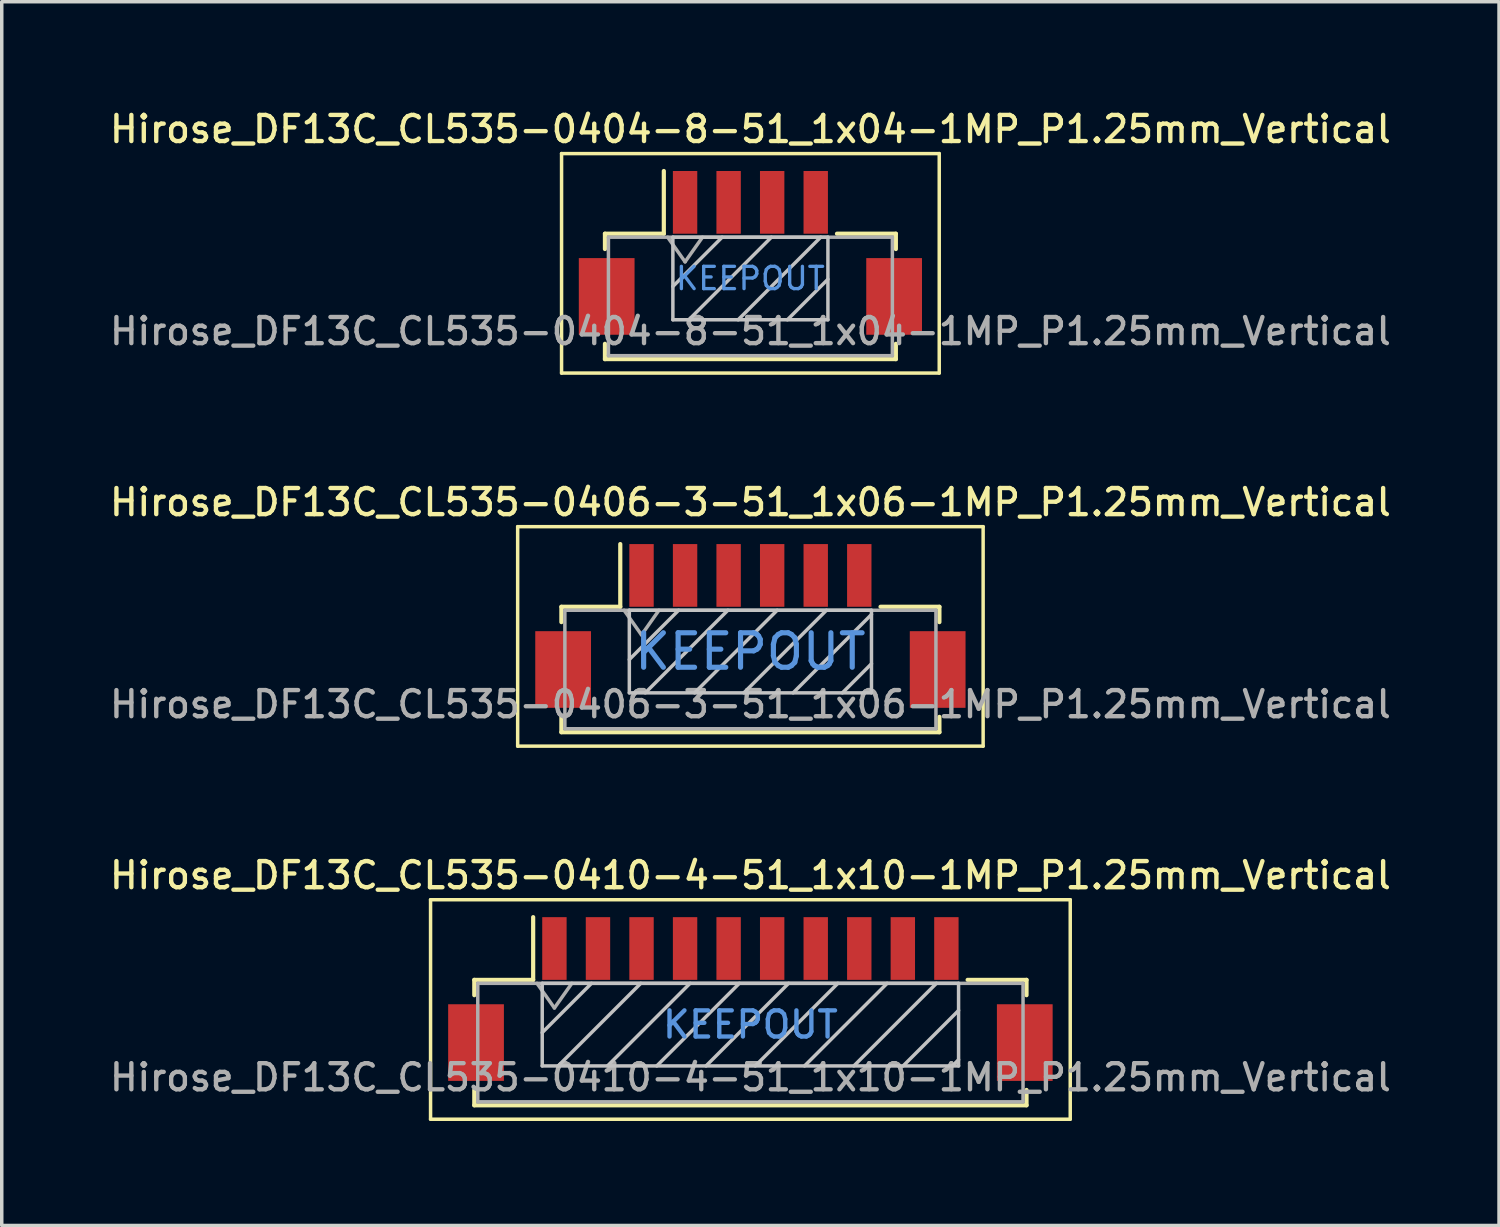
<source format=kicad_pcb>
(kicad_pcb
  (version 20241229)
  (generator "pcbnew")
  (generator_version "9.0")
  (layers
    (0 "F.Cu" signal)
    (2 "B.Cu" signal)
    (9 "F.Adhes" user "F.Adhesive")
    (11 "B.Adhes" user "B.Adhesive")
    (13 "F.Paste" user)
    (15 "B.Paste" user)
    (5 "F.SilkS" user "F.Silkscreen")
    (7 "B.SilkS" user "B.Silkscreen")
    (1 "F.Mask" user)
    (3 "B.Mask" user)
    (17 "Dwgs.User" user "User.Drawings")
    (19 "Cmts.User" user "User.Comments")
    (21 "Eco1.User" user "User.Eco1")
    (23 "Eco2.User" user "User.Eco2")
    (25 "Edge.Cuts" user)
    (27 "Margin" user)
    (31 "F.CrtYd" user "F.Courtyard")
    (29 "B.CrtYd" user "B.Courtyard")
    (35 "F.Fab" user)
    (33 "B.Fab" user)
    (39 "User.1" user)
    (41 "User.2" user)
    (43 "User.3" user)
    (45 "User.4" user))
  (footprint "Hirose_DF13C_CL535-0410-4-51_1x10-1MP_P1.25mm_Vertical"
    (layer "F.Cu")
    (at 18.488 25.624)
    (property "Reference" "Hirose_DF13C_CL535-0410-4-51_1x10-1MP_P1.25mm_Vertical" (at 0 -3.55 0) (layer "F.SilkS") (effects (font (size 0.75 0.75) (thickness 0.125))))
    (attr smd)
    (fp_line (start -9.18 -2.85) (end -9.18 3.45) (stroke (width 0.1) (type solid)) (layer "F.SilkS"))
    (fp_line (start -9.18 3.45) (end 9.18 3.45) (stroke (width 0.1) (type solid)) (layer "F.SilkS"))
    (fp_line (start -7.925 -0.55) (end -7.925 -0.11) (stroke (width 0.12) (type solid)) (layer "F.SilkS"))
    (fp_line (start -7.925 2.61) (end -7.925 3.05) (stroke (width 0.12) (type solid)) (layer "F.SilkS"))
    (fp_line (start -7.925 3.05) (end 7.925 3.05) (stroke (width 0.12) (type solid)) (layer "F.SilkS"))
    (fp_line (start -6.235 -0.55) (end -7.925 -0.55) (stroke (width 0.12) (type solid)) (layer "F.SilkS"))
    (fp_line (start -6.235 -0.55) (end -6.235 -2.35) (stroke (width 0.12) (type solid)) (layer "F.SilkS"))
    (fp_line (start 6.235 -0.55) (end 7.925 -0.55) (stroke (width 0.12) (type solid)) (layer "F.SilkS"))
    (fp_line (start 7.925 -0.55) (end 7.925 -0.11) (stroke (width 0.12) (type solid)) (layer "F.SilkS"))
    (fp_line (start 7.925 3.05) (end 7.925 2.61) (stroke (width 0.12) (type solid)) (layer "F.SilkS"))
    (fp_line (start 9.18 -2.85) (end -9.18 -2.85) (stroke (width 0.1) (type solid)) (layer "F.SilkS"))
    (fp_line (start 9.18 3.45) (end 9.18 -2.85) (stroke (width 0.1) (type solid)) (layer "F.SilkS"))
    (fp_line (start -5.975 -0.45) (end -5.975 1.92) (stroke (width 0.1) (type solid)) (layer "Dwgs.User"))
    (fp_line (start -5.975 1.92) (end 5.975 1.92) (stroke (width 0.1) (type solid)) (layer "Dwgs.User"))
    (fp_line (start -4.561 -0.45) (end -5.975 0.964) (stroke (width 0.1) (type solid)) (layer "Dwgs.User"))
    (fp_line (start -3.147 -0.45) (end -5.517 1.92) (stroke (width 0.1) (type solid)) (layer "Dwgs.User"))
    (fp_line (start -1.732 -0.45) (end -4.102 1.92) (stroke (width 0.1) (type solid)) (layer "Dwgs.User"))
    (fp_line (start -0.318 -0.45) (end -2.688 1.92) (stroke (width 0.1) (type solid)) (layer "Dwgs.User"))
    (fp_line (start 1.096 -0.45) (end -1.274 1.92) (stroke (width 0.1) (type solid)) (layer "Dwgs.User"))
    (fp_line (start 2.51 -0.45) (end 0.14 1.92) (stroke (width 0.1) (type solid)) (layer "Dwgs.User"))
    (fp_line (start 3.924 -0.45) (end 1.554 1.92) (stroke (width 0.1) (type solid)) (layer "Dwgs.User"))
    (fp_line (start 5.339 -0.45) (end 2.969 1.92) (stroke (width 0.1) (type solid)) (layer "Dwgs.User"))
    (fp_line (start 5.975 -0.45) (end -5.975 -0.45) (stroke (width 0.1) (type solid)) (layer "Dwgs.User"))
    (fp_line (start 5.975 0.328) (end 4.383 1.92) (stroke (width 0.1) (type solid)) (layer "Dwgs.User"))
    (fp_line (start 5.975 1.742) (end 5.797 1.92) (stroke (width 0.1) (type solid)) (layer "Dwgs.User"))
    (fp_line (start 5.975 1.92) (end 5.975 -0.45) (stroke (width 0.1) (type solid)) (layer "Dwgs.User"))
    (fp_line (start -7.825 -0.45) (end -7.825 2.95) (stroke (width 0.1) (type solid)) (layer "F.Fab"))
    (fp_line (start -7.825 2.95) (end 7.825 2.95) (stroke (width 0.1) (type solid)) (layer "F.Fab"))
    (fp_line (start -6.125 -0.45) (end -5.625 0.257) (stroke (width 0.1) (type solid)) (layer "F.Fab"))
    (fp_line (start -5.625 0.257) (end -5.125 -0.45) (stroke (width 0.1) (type solid)) (layer "F.Fab"))
    (fp_line (start 7.825 -0.45) (end -7.825 -0.45) (stroke (width 0.1) (type solid)) (layer "F.Fab"))
    (fp_line (start 7.825 2.95) (end 7.825 -0.45) (stroke (width 0.1) (type solid)) (layer "F.Fab"))
    (fp_text user "KEEPOUT" (at 0 0.735 0) (layer "Cmts.User") (effects (font (size 0.75 0.75) (thickness 0.125))))
    (fp_text user "${REFERENCE}" (at 0 2.25 0) (layer "F.Fab") (effects (font (size 0.75 0.75) (thickness 0.125))))
    (pad "1" smd rect (at -5.625 -1.45) (size 0.7 1.8) (layers "F.Cu" "F.Mask" "F.Paste"))
    (pad "2" smd rect (at -4.375 -1.45) (size 0.7 1.8) (layers "F.Cu" "F.Mask" "F.Paste"))
    (pad "3" smd rect (at -3.125 -1.45) (size 0.7 1.8) (layers "F.Cu" "F.Mask" "F.Paste"))
    (pad "4" smd rect (at -1.875 -1.45) (size 0.7 1.8) (layers "F.Cu" "F.Mask" "F.Paste"))
    (pad "5" smd rect (at -0.625 -1.45) (size 0.7 1.8) (layers "F.Cu" "F.Mask" "F.Paste"))
    (pad "6" smd rect (at 0.625 -1.45) (size 0.7 1.8) (layers "F.Cu" "F.Mask" "F.Paste"))
    (pad "7" smd rect (at 1.875 -1.45) (size 0.7 1.8) (layers "F.Cu" "F.Mask" "F.Paste"))
    (pad "8" smd rect (at 3.125 -1.45) (size 0.7 1.8) (layers "F.Cu" "F.Mask" "F.Paste"))
    (pad "9" smd rect (at 4.375 -1.45) (size 0.7 1.8) (layers "F.Cu" "F.Mask" "F.Paste"))
    (pad "10" smd rect (at 5.625 -1.45) (size 0.7 1.8) (layers "F.Cu" "F.Mask" "F.Paste"))
    (pad "MP" smd rect (at -7.875 1.25) (size 1.6 2.2) (layers "F.Cu" "F.Mask" "F.Paste"))
    (pad "MP" smd rect (at 7.875 1.25) (size 1.6 2.2) (layers "F.Cu" "F.Mask" "F.Paste")))
  (footprint "Hirose_DF13C_CL535-0404-8-51_1x04-1MP_P1.25mm_Vertical"
    (layer "F.Cu")
    (at 18.488 4.208)
    (property "Reference" "Hirose_DF13C_CL535-0404-8-51_1x04-1MP_P1.25mm_Vertical" (at 0 -3.55 0) (layer "F.SilkS") (effects (font (size 0.75 0.75) (thickness 0.125))))
    (attr smd)
    (fp_line (start -5.42 -2.85) (end -5.42 3.45) (stroke (width 0.1) (type solid)) (layer "F.SilkS"))
    (fp_line (start -5.42 3.45) (end 5.42 3.45) (stroke (width 0.1) (type solid)) (layer "F.SilkS"))
    (fp_line (start -4.175 -0.55) (end -4.175 -0.11) (stroke (width 0.12) (type solid)) (layer "F.SilkS"))
    (fp_line (start -4.175 2.61) (end -4.175 3.05) (stroke (width 0.12) (type solid)) (layer "F.SilkS"))
    (fp_line (start -4.175 3.05) (end 4.175 3.05) (stroke (width 0.12) (type solid)) (layer "F.SilkS"))
    (fp_line (start -2.485 -0.55) (end -4.175 -0.55) (stroke (width 0.12) (type solid)) (layer "F.SilkS"))
    (fp_line (start -2.485 -0.55) (end -2.485 -2.35) (stroke (width 0.12) (type solid)) (layer "F.SilkS"))
    (fp_line (start 2.485 -0.55) (end 4.175 -0.55) (stroke (width 0.12) (type solid)) (layer "F.SilkS"))
    (fp_line (start 4.175 -0.55) (end 4.175 -0.11) (stroke (width 0.12) (type solid)) (layer "F.SilkS"))
    (fp_line (start 4.175 3.05) (end 4.175 2.61) (stroke (width 0.12) (type solid)) (layer "F.SilkS"))
    (fp_line (start 5.42 -2.85) (end -5.42 -2.85) (stroke (width 0.1) (type solid)) (layer "F.SilkS"))
    (fp_line (start 5.42 3.45) (end 5.42 -2.85) (stroke (width 0.1) (type solid)) (layer "F.SilkS"))
    (fp_line (start -2.225 -0.45) (end -2.225 1.92) (stroke (width 0.1) (type solid)) (layer "Dwgs.User"))
    (fp_line (start -2.225 1.92) (end 2.225 1.92) (stroke (width 0.1) (type solid)) (layer "Dwgs.User"))
    (fp_line (start -0.811 -0.45) (end -2.225 0.964) (stroke (width 0.1) (type solid)) (layer "Dwgs.User"))
    (fp_line (start 0.603 -0.45) (end -1.767 1.92) (stroke (width 0.1) (type solid)) (layer "Dwgs.User"))
    (fp_line (start 2.018 -0.45) (end -0.352 1.92) (stroke (width 0.1) (type solid)) (layer "Dwgs.User"))
    (fp_line (start 2.225 -0.45) (end -2.225 -0.45) (stroke (width 0.1) (type solid)) (layer "Dwgs.User"))
    (fp_line (start 2.225 0.757) (end 1.062 1.92) (stroke (width 0.1) (type solid)) (layer "Dwgs.User"))
    (fp_line (start 2.225 1.92) (end 2.225 -0.45) (stroke (width 0.1) (type solid)) (layer "Dwgs.User"))
    (fp_line (start -4.075 -0.45) (end -4.075 2.95) (stroke (width 0.1) (type solid)) (layer "F.Fab"))
    (fp_line (start -4.075 2.95) (end 4.075 2.95) (stroke (width 0.1) (type solid)) (layer "F.Fab"))
    (fp_line (start -2.375 -0.45) (end -1.875 0.257) (stroke (width 0.1) (type solid)) (layer "F.Fab"))
    (fp_line (start -1.875 0.257) (end -1.375 -0.45) (stroke (width 0.1) (type solid)) (layer "F.Fab"))
    (fp_line (start 4.075 -0.45) (end -4.075 -0.45) (stroke (width 0.1) (type solid)) (layer "F.Fab"))
    (fp_line (start 4.075 2.95) (end 4.075 -0.45) (stroke (width 0.1) (type solid)) (layer "F.Fab"))
    (fp_text user "KEEPOUT" (at 0 0.735 0) (layer "Cmts.User") (effects (font (size 0.64 0.64) (thickness 0.096))))
    (fp_text user "${REFERENCE}" (at 0 2.25 0) (layer "F.Fab") (effects (font (size 0.75 0.75) (thickness 0.125))))
    (pad "1" smd rect (at -1.875 -1.45) (size 0.7 1.8) (layers "F.Cu" "F.Mask" "F.Paste"))
    (pad "2" smd rect (at -0.625 -1.45) (size 0.7 1.8) (layers "F.Cu" "F.Mask" "F.Paste"))
    (pad "3" smd rect (at 0.625 -1.45) (size 0.7 1.8) (layers "F.Cu" "F.Mask" "F.Paste"))
    (pad "4" smd rect (at 1.875 -1.45) (size 0.7 1.8) (layers "F.Cu" "F.Mask" "F.Paste"))
    (pad "MP" smd rect (at -4.125 1.25) (size 1.6 2.2) (layers "F.Cu" "F.Mask" "F.Paste"))
    (pad "MP" smd rect (at 4.125 1.25) (size 1.6 2.2) (layers "F.Cu" "F.Mask" "F.Paste")))
  (footprint "Hirose_DF13C_CL535-0406-3-51_1x06-1MP_P1.25mm_Vertical"
    (layer "F.Cu")
    (at 18.488 14.916)
    (property "Reference" "Hirose_DF13C_CL535-0406-3-51_1x06-1MP_P1.25mm_Vertical" (at 0 -3.55 0) (layer "F.SilkS") (effects (font (size 0.75 0.75) (thickness 0.125))))
    (attr smd)
    (fp_line (start -6.68 -2.85) (end -6.68 3.45) (stroke (width 0.1) (type solid)) (layer "F.SilkS"))
    (fp_line (start -6.68 3.45) (end 6.68 3.45) (stroke (width 0.1) (type solid)) (layer "F.SilkS"))
    (fp_line (start -5.425 -0.55) (end -5.425 -0.11) (stroke (width 0.12) (type solid)) (layer "F.SilkS"))
    (fp_line (start -5.425 2.61) (end -5.425 3.05) (stroke (width 0.12) (type solid)) (layer "F.SilkS"))
    (fp_line (start -5.425 3.05) (end 5.425 3.05) (stroke (width 0.12) (type solid)) (layer "F.SilkS"))
    (fp_line (start -3.735 -0.55) (end -5.425 -0.55) (stroke (width 0.12) (type solid)) (layer "F.SilkS"))
    (fp_line (start -3.735 -0.55) (end -3.735 -2.35) (stroke (width 0.12) (type solid)) (layer "F.SilkS"))
    (fp_line (start 3.735 -0.55) (end 5.425 -0.55) (stroke (width 0.12) (type solid)) (layer "F.SilkS"))
    (fp_line (start 5.425 -0.55) (end 5.425 -0.11) (stroke (width 0.12) (type solid)) (layer "F.SilkS"))
    (fp_line (start 5.425 3.05) (end 5.425 2.61) (stroke (width 0.12) (type solid)) (layer "F.SilkS"))
    (fp_line (start 6.68 -2.85) (end -6.68 -2.85) (stroke (width 0.1) (type solid)) (layer "F.SilkS"))
    (fp_line (start 6.68 3.45) (end 6.68 -2.85) (stroke (width 0.1) (type solid)) (layer "F.SilkS"))
    (fp_line (start -3.475 -0.45) (end -3.475 1.92) (stroke (width 0.1) (type solid)) (layer "Dwgs.User"))
    (fp_line (start -3.475 1.92) (end 3.475 1.92) (stroke (width 0.1) (type solid)) (layer "Dwgs.User"))
    (fp_line (start -2.061 -0.45) (end -3.475 0.964) (stroke (width 0.1) (type solid)) (layer "Dwgs.User"))
    (fp_line (start -0.647 -0.45) (end -3.017 1.92) (stroke (width 0.1) (type solid)) (layer "Dwgs.User"))
    (fp_line (start 0.768 -0.45) (end -1.602 1.92) (stroke (width 0.1) (type solid)) (layer "Dwgs.User"))
    (fp_line (start 2.182 -0.45) (end -0.188 1.92) (stroke (width 0.1) (type solid)) (layer "Dwgs.User"))
    (fp_line (start 3.475 -0.45) (end -3.475 -0.45) (stroke (width 0.1) (type solid)) (layer "Dwgs.User"))
    (fp_line (start 3.475 -0.329) (end 1.226 1.92) (stroke (width 0.1) (type solid)) (layer "Dwgs.User"))
    (fp_line (start 3.475 1.085) (end 2.64 1.92) (stroke (width 0.1) (type solid)) (layer "Dwgs.User"))
    (fp_line (start 3.475 1.92) (end 3.475 -0.45) (stroke (width 0.1) (type solid)) (layer "Dwgs.User"))
    (fp_line (start -5.325 -0.45) (end -5.325 2.95) (stroke (width 0.1) (type solid)) (layer "F.Fab"))
    (fp_line (start -5.325 2.95) (end 5.325 2.95) (stroke (width 0.1) (type solid)) (layer "F.Fab"))
    (fp_line (start -3.625 -0.45) (end -3.125 0.257) (stroke (width 0.1) (type solid)) (layer "F.Fab"))
    (fp_line (start -3.125 0.257) (end -2.625 -0.45) (stroke (width 0.1) (type solid)) (layer "F.Fab"))
    (fp_line (start 5.325 -0.45) (end -5.325 -0.45) (stroke (width 0.1) (type solid)) (layer "F.Fab"))
    (fp_line (start 5.325 2.95) (end 5.325 -0.45) (stroke (width 0.1) (type solid)) (layer "F.Fab"))
    (fp_text user "KEEPOUT" (at 0 0.735 0) (layer "Cmts.User") (effects (font (size 0.99 0.99) (thickness 0.148))))
    (fp_text user "${REFERENCE}" (at 0 2.25 0) (layer "F.Fab") (effects (font (size 0.75 0.75) (thickness 0.125))))
    (pad "1" smd rect (at -3.125 -1.45) (size 0.7 1.8) (layers "F.Cu" "F.Mask" "F.Paste"))
    (pad "2" smd rect (at -1.875 -1.45) (size 0.7 1.8) (layers "F.Cu" "F.Mask" "F.Paste"))
    (pad "3" smd rect (at -0.625 -1.45) (size 0.7 1.8) (layers "F.Cu" "F.Mask" "F.Paste"))
    (pad "4" smd rect (at 0.625 -1.45) (size 0.7 1.8) (layers "F.Cu" "F.Mask" "F.Paste"))
    (pad "5" smd rect (at 1.875 -1.45) (size 0.7 1.8) (layers "F.Cu" "F.Mask" "F.Paste"))
    (pad "6" smd rect (at 3.125 -1.45) (size 0.7 1.8) (layers "F.Cu" "F.Mask" "F.Paste"))
    (pad "MP" smd rect (at -5.375 1.25) (size 1.6 2.2) (layers "F.Cu" "F.Mask" "F.Paste"))
    (pad "MP" smd rect (at 5.375 1.25) (size 1.6 2.2) (layers "F.Cu" "F.Mask" "F.Paste")))
  (gr_rect
    (start -3 -3)
    (end 39.975 32.124)
    (stroke (width 0.1) (type default))
    (fill no)
    (layer "Edge.Cuts")))
</source>
